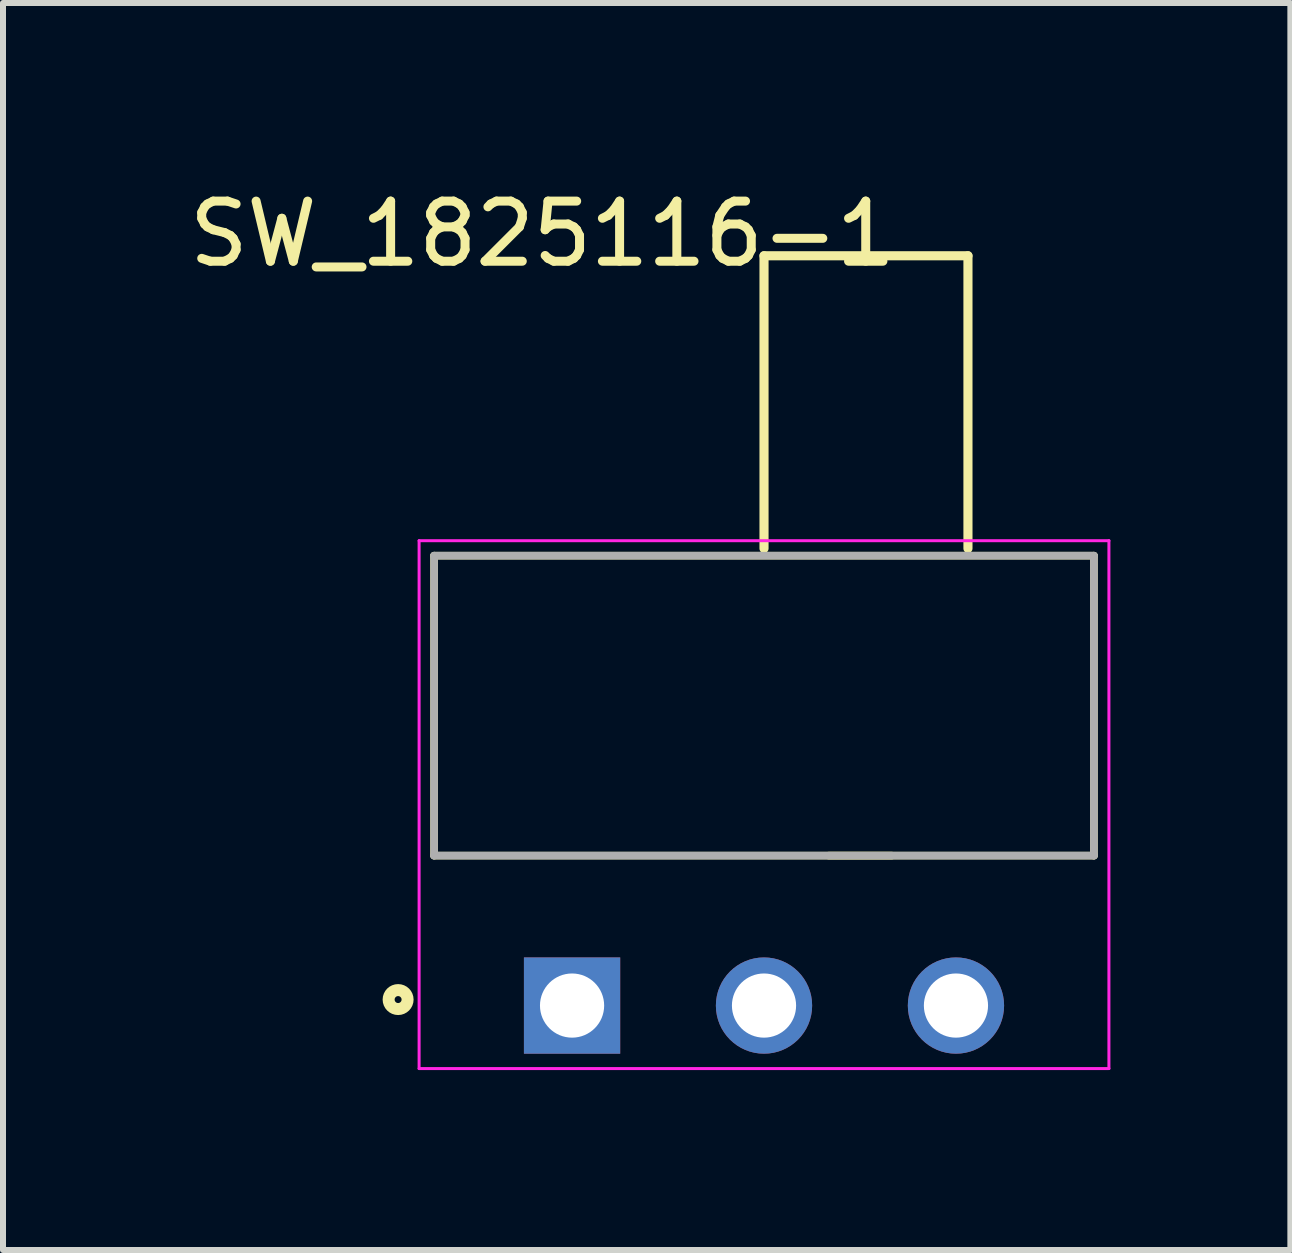
<source format=kicad_pcb>
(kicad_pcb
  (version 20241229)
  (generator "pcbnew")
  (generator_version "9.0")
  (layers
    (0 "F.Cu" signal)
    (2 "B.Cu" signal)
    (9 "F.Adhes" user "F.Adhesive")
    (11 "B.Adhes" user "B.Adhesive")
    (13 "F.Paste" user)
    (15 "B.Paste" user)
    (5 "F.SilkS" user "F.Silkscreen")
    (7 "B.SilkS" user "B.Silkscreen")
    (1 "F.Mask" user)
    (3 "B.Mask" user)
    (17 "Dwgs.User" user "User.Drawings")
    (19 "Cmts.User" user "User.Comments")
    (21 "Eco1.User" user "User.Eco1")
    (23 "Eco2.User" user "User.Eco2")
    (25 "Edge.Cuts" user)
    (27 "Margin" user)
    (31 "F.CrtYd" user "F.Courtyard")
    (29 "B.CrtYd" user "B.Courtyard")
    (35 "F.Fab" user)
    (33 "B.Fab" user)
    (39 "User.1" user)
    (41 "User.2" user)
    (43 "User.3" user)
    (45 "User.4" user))
  (footprint "SW_1825116-1"
    (layer "F.Cu")
    (at 6.487 13.714)
    (property "Reference" "SW_1825116-1" (at -0.496 -12.865 0) (layer "F.SilkS") (effects (font (size 1.002 1.002) (thickness 0.15))))
    (attr through_hole)
    (fp_line (start -2.3 -7.5) (end 8.7 -7.5) (stroke (width 0.127) (type solid)) (layer "F.SilkS"))
    (fp_line (start -2.3 -2.5) (end -2.3 -7.5) (stroke (width 0.127) (type solid)) (layer "F.SilkS"))
    (fp_line (start 3.2 -12.5) (end 6.6 -12.5) (stroke (width 0.152) (type solid)) (layer "F.SilkS"))
    (fp_line (start 3.2 -7.62) (end 3.2 -12.5) (stroke (width 0.152) (type solid)) (layer "F.SilkS"))
    (fp_line (start 4.28 -2.5) (end 5.33 -2.5) (stroke (width 0.127) (type solid)) (layer "F.SilkS"))
    (fp_line (start 6.6 -12.5) (end 6.6 -7.62) (stroke (width 0.152) (type solid)) (layer "F.SilkS"))
    (fp_line (start 8.7 -7.5) (end 8.7 -2.5) (stroke (width 0.127) (type solid)) (layer "F.SilkS"))
    (fp_line (start 8.7 -2.5) (end -2.3 -2.5) (stroke (width 0.127) (type solid)) (layer "F.SilkS"))
    (fp_circle (center -2.9 -0.1) (end -2.742 -0.1) (stroke (width 0.2) (type solid)) (fill no) (layer "F.SilkS"))
    (fp_line (start -2.55 -7.75) (end 8.95 -7.75) (stroke (width 0.05) (type solid)) (layer "F.CrtYd"))
    (fp_line (start -2.55 1.05) (end -2.55 -7.75) (stroke (width 0.05) (type solid)) (layer "F.CrtYd"))
    (fp_line (start 8.95 -7.75) (end 8.95 1.05) (stroke (width 0.05) (type solid)) (layer "F.CrtYd"))
    (fp_line (start 8.95 1.05) (end -2.55 1.05) (stroke (width 0.05) (type solid)) (layer "F.CrtYd"))
    (fp_line (start -2.3 -7.5) (end 8.7 -7.5) (stroke (width 0.127) (type solid)) (layer "F.Fab"))
    (fp_line (start -2.3 -2.5) (end -2.3 -7.5) (stroke (width 0.127) (type solid)) (layer "F.Fab"))
    (fp_line (start 8.7 -7.5) (end 8.7 -2.5) (stroke (width 0.127) (type solid)) (layer "F.Fab"))
    (fp_line (start 8.7 -2.5) (end -2.3 -2.5) (stroke (width 0.127) (type solid)) (layer "F.Fab"))
    (pad "1" thru_hole rect (at 0 0) (size 1.605 1.605) (drill 1.07) (layers "*.Cu" "*.Mask"))
    (pad "2" thru_hole circle (at 3.2 0) (size 1.605 1.605) (drill 1.07) (layers "*.Cu" "*.Mask"))
    (pad "3" thru_hole circle (at 6.4 0) (size 1.605 1.605) (drill 1.07) (layers "*.Cu" "*.Mask")))
  (gr_rect
    (start -3 -3)
    (end 18.462 17.789)
    (stroke (width 0.1) (type default))
    (fill no)
    (layer "Edge.Cuts")))
</source>
